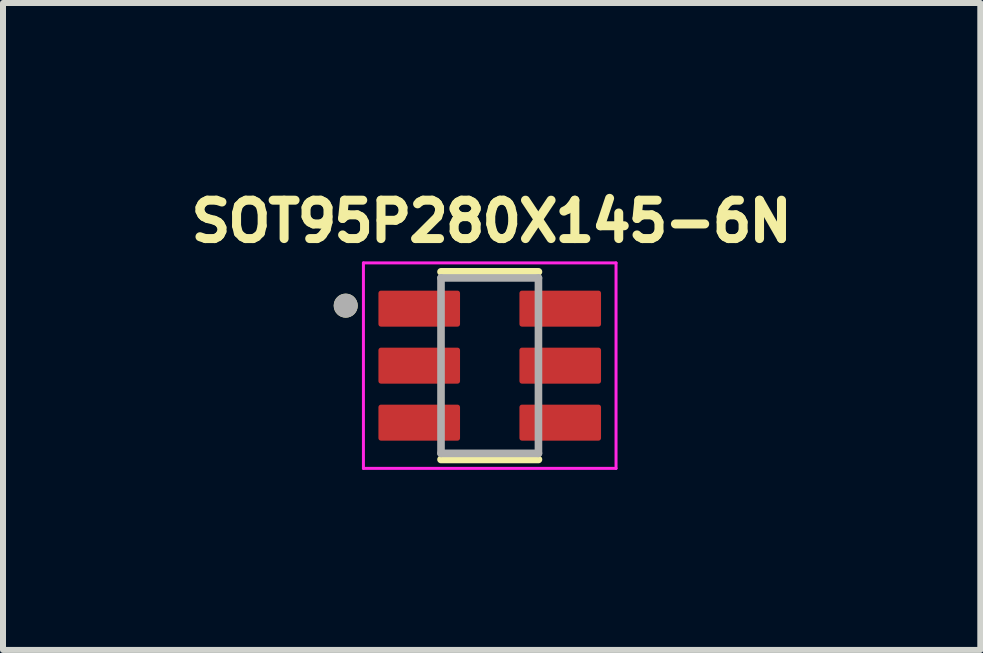
<source format=kicad_pcb>
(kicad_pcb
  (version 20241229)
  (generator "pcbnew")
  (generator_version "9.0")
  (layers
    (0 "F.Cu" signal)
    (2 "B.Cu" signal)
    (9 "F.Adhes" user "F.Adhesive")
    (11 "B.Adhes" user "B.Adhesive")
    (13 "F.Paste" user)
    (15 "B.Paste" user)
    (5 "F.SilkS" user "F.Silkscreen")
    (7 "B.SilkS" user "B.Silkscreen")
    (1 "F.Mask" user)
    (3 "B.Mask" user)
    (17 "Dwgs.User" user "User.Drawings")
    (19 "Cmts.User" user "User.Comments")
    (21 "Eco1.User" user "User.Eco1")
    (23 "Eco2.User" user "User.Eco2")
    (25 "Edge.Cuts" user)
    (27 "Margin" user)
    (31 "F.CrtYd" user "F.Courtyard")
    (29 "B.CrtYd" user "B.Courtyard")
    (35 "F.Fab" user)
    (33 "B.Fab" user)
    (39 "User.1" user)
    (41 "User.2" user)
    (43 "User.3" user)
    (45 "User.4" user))
  (footprint "SOT95P280X145-6N"
    (layer "F.Cu")
    (at 5.112 3.044)
    (property "Reference" "SOT95P280X145-6N" (at 0.032 -2.406 0) (layer "F.SilkS") (effects (font (size 0.64 0.64) (thickness 0.15))))
    (attr through_hole)
    (fp_line (start -0.812 -1.564) (end 0.812 -1.564) (stroke (width 0.127) (type solid)) (layer "F.SilkS"))
    (fp_line (start -0.812 1.564) (end 0.812 1.564) (stroke (width 0.127) (type solid)) (layer "F.SilkS"))
    (fp_circle (center -2.4 -1) (end -2.3 -1) (stroke (width 0.2) (type solid)) (fill no) (layer "F.SilkS"))
    (fp_line (start -2.105 -1.712) (end 2.105 -1.712) (stroke (width 0.05) (type solid)) (layer "F.CrtYd"))
    (fp_line (start -2.105 1.712) (end -2.105 -1.712) (stroke (width 0.05) (type solid)) (layer "F.CrtYd"))
    (fp_line (start 2.105 1.712) (end -2.105 1.712) (stroke (width 0.05) (type solid)) (layer "F.CrtYd"))
    (fp_line (start 2.105 1.712) (end 2.105 -1.712) (stroke (width 0.05) (type solid)) (layer "F.CrtYd"))
    (fp_line (start -0.812 -1.462) (end 0.812 -1.462) (stroke (width 0.127) (type solid)) (layer "F.Fab"))
    (fp_line (start -0.812 1.462) (end -0.812 -1.462) (stroke (width 0.127) (type solid)) (layer "F.Fab"))
    (fp_line (start 0.812 -1.462) (end 0.812 1.462) (stroke (width 0.127) (type solid)) (layer "F.Fab"))
    (fp_line (start 0.812 1.462) (end -0.812 1.462) (stroke (width 0.127) (type solid)) (layer "F.Fab"))
    (fp_circle (center -2.4 -1) (end -2.3 -1) (stroke (width 0.2) (type solid)) (fill no) (layer "F.Fab"))
    (pad "1" smd roundrect (at -1.175 -0.95) (size 1.36 0.6) (layers "F.Cu" "F.Mask" "F.Paste") (roundrect_rratio 0.07))
    (pad "2" smd roundrect (at -1.175 0) (size 1.36 0.6) (layers "F.Cu" "F.Mask" "F.Paste") (roundrect_rratio 0.07))
    (pad "3" smd roundrect (at -1.175 0.95) (size 1.36 0.6) (layers "F.Cu" "F.Mask" "F.Paste") (roundrect_rratio 0.07))
    (pad "4" smd roundrect (at 1.175 0.95) (size 1.36 0.6) (layers "F.Cu" "F.Mask" "F.Paste") (roundrect_rratio 0.07))
    (pad "5" smd roundrect (at 1.175 0) (size 1.36 0.6) (layers "F.Cu" "F.Mask" "F.Paste") (roundrect_rratio 0.07))
    (pad "6" smd roundrect (at 1.175 -0.95) (size 1.36 0.6) (layers "F.Cu" "F.Mask" "F.Paste") (roundrect_rratio 0.07)))
  (gr_rect
    (start -3 -3)
    (end 13.288 7.782)
    (stroke (width 0.1) (type default))
    (fill no)
    (layer "Edge.Cuts")))
</source>
